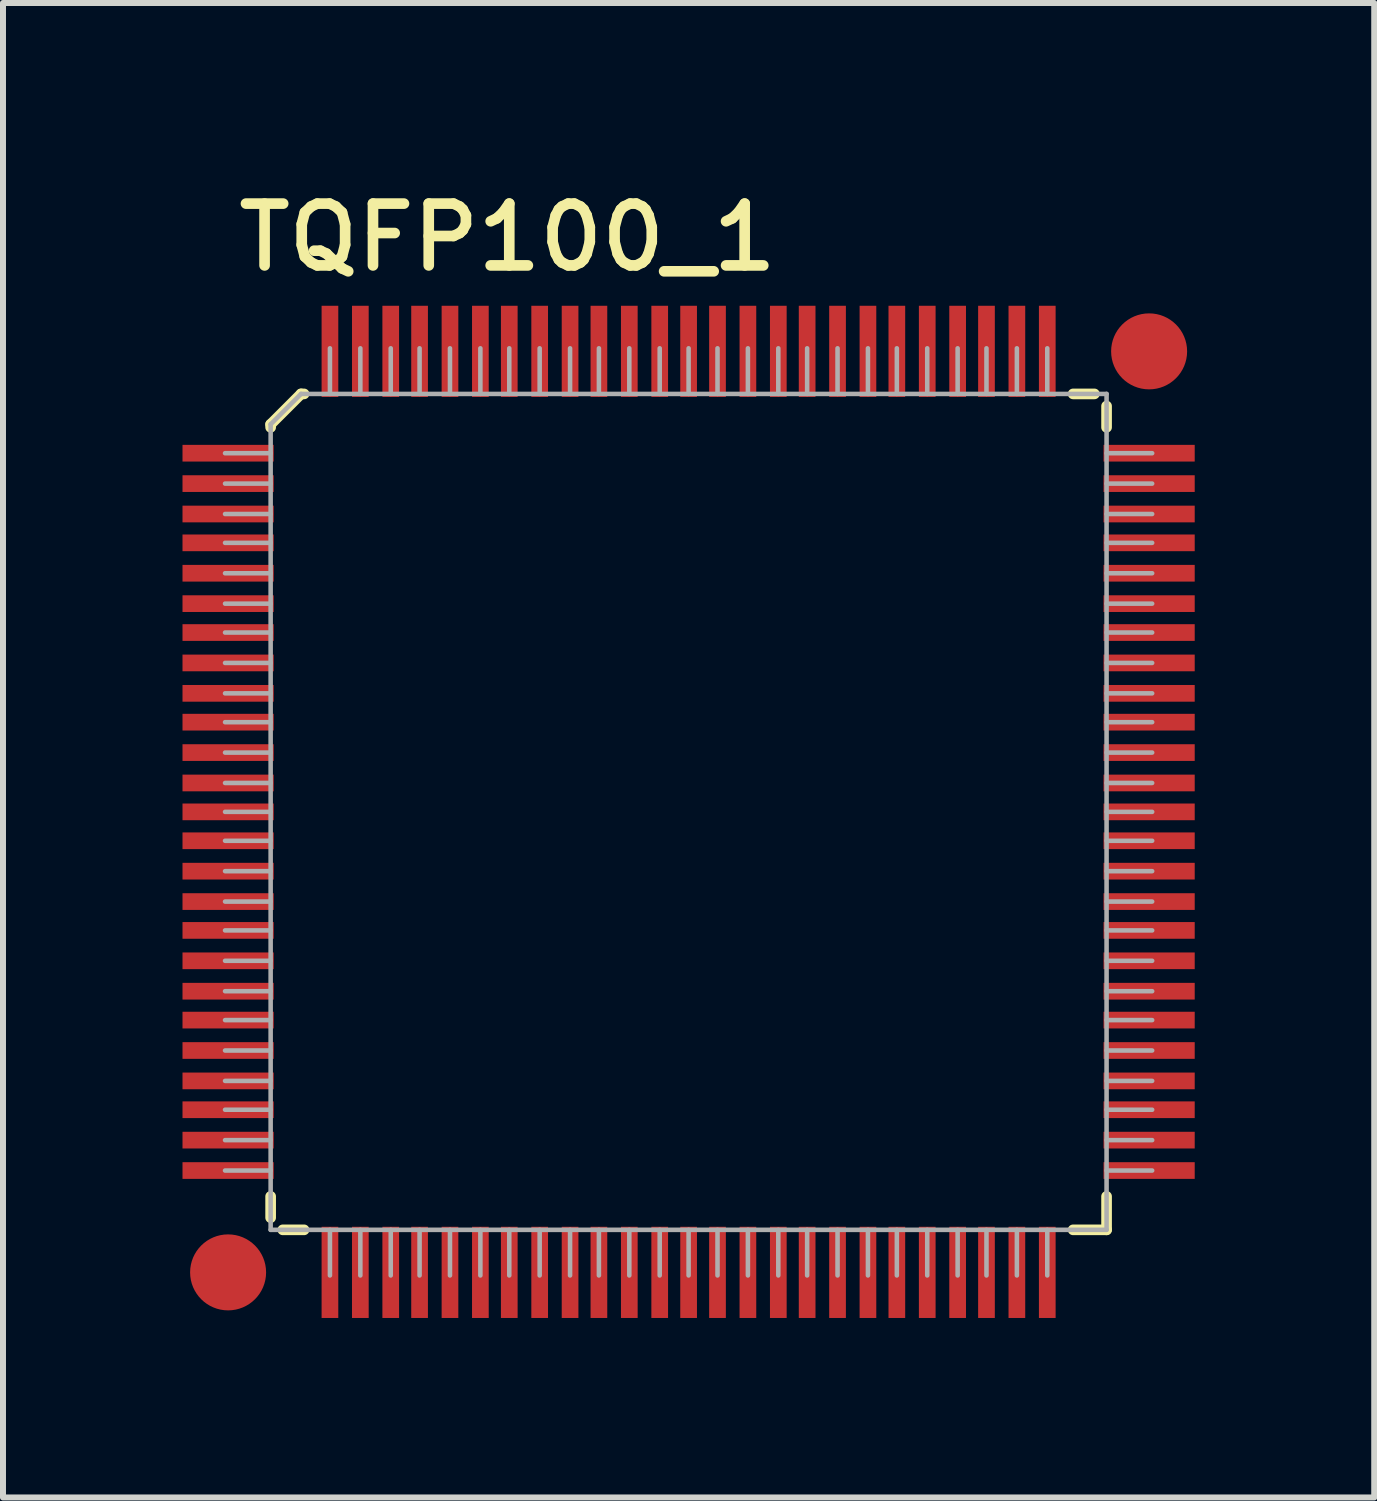
<source format=kicad_pcb>
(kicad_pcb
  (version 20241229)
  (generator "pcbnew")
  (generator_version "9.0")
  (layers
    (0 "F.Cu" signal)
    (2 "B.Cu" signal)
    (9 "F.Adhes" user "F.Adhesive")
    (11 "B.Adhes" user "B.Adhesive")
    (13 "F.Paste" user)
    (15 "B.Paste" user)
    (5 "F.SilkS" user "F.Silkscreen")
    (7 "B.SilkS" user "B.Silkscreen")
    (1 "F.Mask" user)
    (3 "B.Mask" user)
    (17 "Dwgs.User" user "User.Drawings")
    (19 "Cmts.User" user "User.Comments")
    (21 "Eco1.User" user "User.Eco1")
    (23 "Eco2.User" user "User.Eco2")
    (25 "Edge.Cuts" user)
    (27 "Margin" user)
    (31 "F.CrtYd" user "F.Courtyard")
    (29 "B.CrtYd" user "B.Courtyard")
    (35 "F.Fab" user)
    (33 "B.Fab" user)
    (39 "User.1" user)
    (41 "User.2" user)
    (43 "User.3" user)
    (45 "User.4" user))
  (footprint "TQFP100_1"
    (layer "F.Cu")
    (at 8.458 10.518)
    (property "Reference" "TQFP100_1" (at -3.023 -9.601 0) (unlocked yes) (layer "F.SilkS") (effects (font (size 1.033 1.087) (thickness 0.178))))
    (attr smd)
    (fp_line (start -6.985 -6.477) (end -6.477 -6.985) (stroke (width 0.178) (type solid)) (layer "F.SilkS"))
    (fp_line (start -6.985 -6.426) (end -6.985 -6.477) (stroke (width 0.178) (type solid)) (layer "F.SilkS"))
    (fp_line (start -6.985 6.782) (end -6.985 6.426) (stroke (width 0.178) (type solid)) (layer "F.SilkS"))
    (fp_line (start -6.782 6.985) (end -6.426 6.985) (stroke (width 0.178) (type solid)) (layer "F.SilkS"))
    (fp_line (start -6.477 -6.985) (end -6.426 -6.985) (stroke (width 0.178) (type solid)) (layer "F.SilkS"))
    (fp_line (start 6.426 -6.985) (end 6.782 -6.985) (stroke (width 0.178) (type solid)) (layer "F.SilkS"))
    (fp_line (start 6.426 6.985) (end 6.985 6.985) (stroke (width 0.178) (type solid)) (layer "F.SilkS"))
    (fp_line (start 6.985 -6.426) (end 6.985 -6.782) (stroke (width 0.178) (type solid)) (layer "F.SilkS"))
    (fp_line (start 6.985 6.985) (end 6.985 6.426) (stroke (width 0.178) (type solid)) (layer "F.SilkS"))
    (fp_line (start -7.747 -5.994) (end -6.985 -5.994) (stroke (width 0.076) (type solid)) (layer "F.Fab"))
    (fp_line (start -7.747 -5.486) (end -6.985 -5.486) (stroke (width 0.076) (type solid)) (layer "F.Fab"))
    (fp_line (start -7.747 -4.978) (end -6.985 -4.978) (stroke (width 0.076) (type solid)) (layer "F.Fab"))
    (fp_line (start -7.747 -4.496) (end -6.985 -4.496) (stroke (width 0.076) (type solid)) (layer "F.Fab"))
    (fp_line (start -7.747 -3.988) (end -6.985 -3.988) (stroke (width 0.076) (type solid)) (layer "F.Fab"))
    (fp_line (start -7.747 -3.48) (end -6.985 -3.48) (stroke (width 0.076) (type solid)) (layer "F.Fab"))
    (fp_line (start -7.747 -2.997) (end -6.985 -2.997) (stroke (width 0.076) (type solid)) (layer "F.Fab"))
    (fp_line (start -7.747 -2.489) (end -6.985 -2.489) (stroke (width 0.076) (type solid)) (layer "F.Fab"))
    (fp_line (start -7.747 -1.981) (end -6.985 -1.981) (stroke (width 0.076) (type solid)) (layer "F.Fab"))
    (fp_line (start -7.747 -1.499) (end -6.985 -1.499) (stroke (width 0.076) (type solid)) (layer "F.Fab"))
    (fp_line (start -7.747 -0.991) (end -6.985 -0.991) (stroke (width 0.076) (type solid)) (layer "F.Fab"))
    (fp_line (start -7.747 -0.483) (end -6.985 -0.483) (stroke (width 0.076) (type solid)) (layer "F.Fab"))
    (fp_line (start -7.747 0) (end -6.985 0) (stroke (width 0.076) (type solid)) (layer "F.Fab"))
    (fp_line (start -7.747 0.483) (end -6.985 0.483) (stroke (width 0.076) (type solid)) (layer "F.Fab"))
    (fp_line (start -7.747 0.991) (end -6.985 0.991) (stroke (width 0.076) (type solid)) (layer "F.Fab"))
    (fp_line (start -7.747 1.499) (end -6.985 1.499) (stroke (width 0.076) (type solid)) (layer "F.Fab"))
    (fp_line (start -7.747 1.981) (end -6.985 1.981) (stroke (width 0.076) (type solid)) (layer "F.Fab"))
    (fp_line (start -7.747 2.489) (end -6.985 2.489) (stroke (width 0.076) (type solid)) (layer "F.Fab"))
    (fp_line (start -7.747 2.997) (end -6.985 2.997) (stroke (width 0.076) (type solid)) (layer "F.Fab"))
    (fp_line (start -7.747 3.48) (end -6.985 3.48) (stroke (width 0.076) (type solid)) (layer "F.Fab"))
    (fp_line (start -7.747 3.988) (end -6.985 3.988) (stroke (width 0.076) (type solid)) (layer "F.Fab"))
    (fp_line (start -7.747 4.496) (end -6.985 4.496) (stroke (width 0.076) (type solid)) (layer "F.Fab"))
    (fp_line (start -7.747 4.978) (end -6.985 4.978) (stroke (width 0.076) (type solid)) (layer "F.Fab"))
    (fp_line (start -7.747 5.486) (end -6.985 5.486) (stroke (width 0.076) (type solid)) (layer "F.Fab"))
    (fp_line (start -7.747 5.994) (end -6.985 5.994) (stroke (width 0.076) (type solid)) (layer "F.Fab"))
    (fp_line (start -6.985 -6.477) (end -6.477 -6.985) (stroke (width 0.076) (type solid)) (layer "F.Fab"))
    (fp_line (start -6.985 6.985) (end -6.985 -6.477) (stroke (width 0.076) (type solid)) (layer "F.Fab"))
    (fp_line (start -6.985 6.985) (end 6.985 6.985) (stroke (width 0.076) (type solid)) (layer "F.Fab"))
    (fp_line (start -6.477 -6.985) (end 6.985 -6.985) (stroke (width 0.076) (type solid)) (layer "F.Fab"))
    (fp_line (start -5.994 -6.985) (end -5.994 -7.747) (stroke (width 0.076) (type solid)) (layer "F.Fab"))
    (fp_line (start -5.994 7.747) (end -5.994 6.985) (stroke (width 0.076) (type solid)) (layer "F.Fab"))
    (fp_line (start -5.486 -6.985) (end -5.486 -7.747) (stroke (width 0.076) (type solid)) (layer "F.Fab"))
    (fp_line (start -5.486 7.747) (end -5.486 6.985) (stroke (width 0.076) (type solid)) (layer "F.Fab"))
    (fp_line (start -4.978 -6.985) (end -4.978 -7.747) (stroke (width 0.076) (type solid)) (layer "F.Fab"))
    (fp_line (start -4.978 7.747) (end -4.978 6.985) (stroke (width 0.076) (type solid)) (layer "F.Fab"))
    (fp_line (start -4.496 -6.985) (end -4.496 -7.747) (stroke (width 0.076) (type solid)) (layer "F.Fab"))
    (fp_line (start -4.496 7.747) (end -4.496 6.985) (stroke (width 0.076) (type solid)) (layer "F.Fab"))
    (fp_line (start -3.988 -6.985) (end -3.988 -7.747) (stroke (width 0.076) (type solid)) (layer "F.Fab"))
    (fp_line (start -3.988 7.747) (end -3.988 6.985) (stroke (width 0.076) (type solid)) (layer "F.Fab"))
    (fp_line (start -3.48 -6.985) (end -3.48 -7.747) (stroke (width 0.076) (type solid)) (layer "F.Fab"))
    (fp_line (start -3.48 7.747) (end -3.48 6.985) (stroke (width 0.076) (type solid)) (layer "F.Fab"))
    (fp_line (start -2.997 -6.985) (end -2.997 -7.747) (stroke (width 0.076) (type solid)) (layer "F.Fab"))
    (fp_line (start -2.997 7.747) (end -2.997 6.985) (stroke (width 0.076) (type solid)) (layer "F.Fab"))
    (fp_line (start -2.489 -6.985) (end -2.489 -7.747) (stroke (width 0.076) (type solid)) (layer "F.Fab"))
    (fp_line (start -2.489 7.747) (end -2.489 6.985) (stroke (width 0.076) (type solid)) (layer "F.Fab"))
    (fp_line (start -1.981 -6.985) (end -1.981 -7.747) (stroke (width 0.076) (type solid)) (layer "F.Fab"))
    (fp_line (start -1.981 7.747) (end -1.981 6.985) (stroke (width 0.076) (type solid)) (layer "F.Fab"))
    (fp_line (start -1.499 -6.985) (end -1.499 -7.747) (stroke (width 0.076) (type solid)) (layer "F.Fab"))
    (fp_line (start -1.499 7.747) (end -1.499 6.985) (stroke (width 0.076) (type solid)) (layer "F.Fab"))
    (fp_line (start -0.991 -6.985) (end -0.991 -7.747) (stroke (width 0.076) (type solid)) (layer "F.Fab"))
    (fp_line (start -0.991 7.747) (end -0.991 6.985) (stroke (width 0.076) (type solid)) (layer "F.Fab"))
    (fp_line (start -0.483 -6.985) (end -0.483 -7.747) (stroke (width 0.076) (type solid)) (layer "F.Fab"))
    (fp_line (start -0.483 7.747) (end -0.483 6.985) (stroke (width 0.076) (type solid)) (layer "F.Fab"))
    (fp_line (start 0 -6.985) (end 0 -7.747) (stroke (width 0.076) (type solid)) (layer "F.Fab"))
    (fp_line (start 0 7.747) (end 0 6.985) (stroke (width 0.076) (type solid)) (layer "F.Fab"))
    (fp_line (start 0.483 -6.985) (end 0.483 -7.747) (stroke (width 0.076) (type solid)) (layer "F.Fab"))
    (fp_line (start 0.483 7.747) (end 0.483 6.985) (stroke (width 0.076) (type solid)) (layer "F.Fab"))
    (fp_line (start 0.991 -6.985) (end 0.991 -7.747) (stroke (width 0.076) (type solid)) (layer "F.Fab"))
    (fp_line (start 0.991 7.747) (end 0.991 6.985) (stroke (width 0.076) (type solid)) (layer "F.Fab"))
    (fp_line (start 1.499 -6.985) (end 1.499 -7.747) (stroke (width 0.076) (type solid)) (layer "F.Fab"))
    (fp_line (start 1.499 7.747) (end 1.499 6.985) (stroke (width 0.076) (type solid)) (layer "F.Fab"))
    (fp_line (start 1.981 -6.985) (end 1.981 -7.747) (stroke (width 0.076) (type solid)) (layer "F.Fab"))
    (fp_line (start 1.981 7.747) (end 1.981 6.985) (stroke (width 0.076) (type solid)) (layer "F.Fab"))
    (fp_line (start 2.489 -6.985) (end 2.489 -7.747) (stroke (width 0.076) (type solid)) (layer "F.Fab"))
    (fp_line (start 2.489 7.747) (end 2.489 6.985) (stroke (width 0.076) (type solid)) (layer "F.Fab"))
    (fp_line (start 2.997 -6.985) (end 2.997 -7.747) (stroke (width 0.076) (type solid)) (layer "F.Fab"))
    (fp_line (start 2.997 7.747) (end 2.997 6.985) (stroke (width 0.076) (type solid)) (layer "F.Fab"))
    (fp_line (start 3.48 -6.985) (end 3.48 -7.747) (stroke (width 0.076) (type solid)) (layer "F.Fab"))
    (fp_line (start 3.48 7.747) (end 3.48 6.985) (stroke (width 0.076) (type solid)) (layer "F.Fab"))
    (fp_line (start 3.988 -6.985) (end 3.988 -7.747) (stroke (width 0.076) (type solid)) (layer "F.Fab"))
    (fp_line (start 3.988 7.747) (end 3.988 6.985) (stroke (width 0.076) (type solid)) (layer "F.Fab"))
    (fp_line (start 4.496 -6.985) (end 4.496 -7.747) (stroke (width 0.076) (type solid)) (layer "F.Fab"))
    (fp_line (start 4.496 7.747) (end 4.496 6.985) (stroke (width 0.076) (type solid)) (layer "F.Fab"))
    (fp_line (start 4.978 -6.985) (end 4.978 -7.747) (stroke (width 0.076) (type solid)) (layer "F.Fab"))
    (fp_line (start 4.978 7.747) (end 4.978 6.985) (stroke (width 0.076) (type solid)) (layer "F.Fab"))
    (fp_line (start 5.486 -6.985) (end 5.486 -7.747) (stroke (width 0.076) (type solid)) (layer "F.Fab"))
    (fp_line (start 5.486 7.747) (end 5.486 6.985) (stroke (width 0.076) (type solid)) (layer "F.Fab"))
    (fp_line (start 5.994 -6.985) (end 5.994 -7.747) (stroke (width 0.076) (type solid)) (layer "F.Fab"))
    (fp_line (start 5.994 7.747) (end 5.994 6.985) (stroke (width 0.076) (type solid)) (layer "F.Fab"))
    (fp_line (start 6.985 -5.994) (end 7.747 -5.994) (stroke (width 0.076) (type solid)) (layer "F.Fab"))
    (fp_line (start 6.985 -5.486) (end 7.747 -5.486) (stroke (width 0.076) (type solid)) (layer "F.Fab"))
    (fp_line (start 6.985 -4.978) (end 7.747 -4.978) (stroke (width 0.076) (type solid)) (layer "F.Fab"))
    (fp_line (start 6.985 -4.496) (end 7.747 -4.496) (stroke (width 0.076) (type solid)) (layer "F.Fab"))
    (fp_line (start 6.985 -3.988) (end 7.747 -3.988) (stroke (width 0.076) (type solid)) (layer "F.Fab"))
    (fp_line (start 6.985 -3.48) (end 7.747 -3.48) (stroke (width 0.076) (type solid)) (layer "F.Fab"))
    (fp_line (start 6.985 -2.997) (end 7.747 -2.997) (stroke (width 0.076) (type solid)) (layer "F.Fab"))
    (fp_line (start 6.985 -2.489) (end 7.747 -2.489) (stroke (width 0.076) (type solid)) (layer "F.Fab"))
    (fp_line (start 6.985 -1.981) (end 7.747 -1.981) (stroke (width 0.076) (type solid)) (layer "F.Fab"))
    (fp_line (start 6.985 -1.499) (end 7.747 -1.499) (stroke (width 0.076) (type solid)) (layer "F.Fab"))
    (fp_line (start 6.985 -0.991) (end 7.747 -0.991) (stroke (width 0.076) (type solid)) (layer "F.Fab"))
    (fp_line (start 6.985 -0.483) (end 7.747 -0.483) (stroke (width 0.076) (type solid)) (layer "F.Fab"))
    (fp_line (start 6.985 0) (end 7.747 0) (stroke (width 0.076) (type solid)) (layer "F.Fab"))
    (fp_line (start 6.985 0.483) (end 7.747 0.483) (stroke (width 0.076) (type solid)) (layer "F.Fab"))
    (fp_line (start 6.985 0.991) (end 7.747 0.991) (stroke (width 0.076) (type solid)) (layer "F.Fab"))
    (fp_line (start 6.985 1.499) (end 7.747 1.499) (stroke (width 0.076) (type solid)) (layer "F.Fab"))
    (fp_line (start 6.985 1.981) (end 7.747 1.981) (stroke (width 0.076) (type solid)) (layer "F.Fab"))
    (fp_line (start 6.985 2.489) (end 7.747 2.489) (stroke (width 0.076) (type solid)) (layer "F.Fab"))
    (fp_line (start 6.985 2.997) (end 7.747 2.997) (stroke (width 0.076) (type solid)) (layer "F.Fab"))
    (fp_line (start 6.985 3.48) (end 7.747 3.48) (stroke (width 0.076) (type solid)) (layer "F.Fab"))
    (fp_line (start 6.985 3.988) (end 7.747 3.988) (stroke (width 0.076) (type solid)) (layer "F.Fab"))
    (fp_line (start 6.985 4.496) (end 7.747 4.496) (stroke (width 0.076) (type solid)) (layer "F.Fab"))
    (fp_line (start 6.985 4.978) (end 7.747 4.978) (stroke (width 0.076) (type solid)) (layer "F.Fab"))
    (fp_line (start 6.985 5.486) (end 7.747 5.486) (stroke (width 0.076) (type solid)) (layer "F.Fab"))
    (fp_line (start 6.985 5.994) (end 7.747 5.994) (stroke (width 0.076) (type solid)) (layer "F.Fab"))
    (fp_line (start 6.985 6.985) (end 6.985 -6.985) (stroke (width 0.076) (type solid)) (layer "F.Fab"))
    (pad "1" smd rect (at -7.696 -5.994) (size 1.524 0.279) (layers "F.Cu" "F.Mask" "F.Paste"))
    (pad "2" smd rect (at -7.696 -5.486) (size 1.524 0.279) (layers "F.Cu" "F.Mask" "F.Paste"))
    (pad "3" smd rect (at -7.696 -4.978) (size 1.524 0.279) (layers "F.Cu" "F.Mask" "F.Paste"))
    (pad "4" smd rect (at -7.696 -4.496) (size 1.524 0.279) (layers "F.Cu" "F.Mask" "F.Paste"))
    (pad "5" smd rect (at -7.696 -3.988) (size 1.524 0.279) (layers "F.Cu" "F.Mask" "F.Paste"))
    (pad "6" smd rect (at -7.696 -3.48) (size 1.524 0.279) (layers "F.Cu" "F.Mask" "F.Paste"))
    (pad "7" smd rect (at -7.696 -2.997) (size 1.524 0.279) (layers "F.Cu" "F.Mask" "F.Paste"))
    (pad "8" smd rect (at -7.696 -2.489) (size 1.524 0.279) (layers "F.Cu" "F.Mask" "F.Paste"))
    (pad "9" smd rect (at -7.696 -1.981) (size 1.524 0.279) (layers "F.Cu" "F.Mask" "F.Paste"))
    (pad "10" smd rect (at -7.696 -1.499) (size 1.524 0.279) (layers "F.Cu" "F.Mask" "F.Paste"))
    (pad "11" smd rect (at -7.696 -0.991) (size 1.524 0.279) (layers "F.Cu" "F.Mask" "F.Paste"))
    (pad "12" smd rect (at -7.696 -0.483) (size 1.524 0.279) (layers "F.Cu" "F.Mask" "F.Paste"))
    (pad "13" smd rect (at -7.696 0) (size 1.524 0.279) (layers "F.Cu" "F.Mask" "F.Paste"))
    (pad "14" smd rect (at -7.696 0.483) (size 1.524 0.279) (layers "F.Cu" "F.Mask" "F.Paste"))
    (pad "15" smd rect (at -7.696 0.991) (size 1.524 0.279) (layers "F.Cu" "F.Mask" "F.Paste"))
    (pad "16" smd rect (at -7.696 1.499) (size 1.524 0.279) (layers "F.Cu" "F.Mask" "F.Paste"))
    (pad "17" smd rect (at -7.696 1.981) (size 1.524 0.279) (layers "F.Cu" "F.Mask" "F.Paste"))
    (pad "18" smd rect (at -7.696 2.489) (size 1.524 0.279) (layers "F.Cu" "F.Mask" "F.Paste"))
    (pad "19" smd rect (at -7.696 2.997) (size 1.524 0.279) (layers "F.Cu" "F.Mask" "F.Paste"))
    (pad "20" smd rect (at -7.696 3.48) (size 1.524 0.279) (layers "F.Cu" "F.Mask" "F.Paste"))
    (pad "21" smd rect (at -7.696 3.988) (size 1.524 0.279) (layers "F.Cu" "F.Mask" "F.Paste"))
    (pad "22" smd rect (at -7.696 4.496) (size 1.524 0.279) (layers "F.Cu" "F.Mask" "F.Paste"))
    (pad "23" smd rect (at -7.696 4.978) (size 1.524 0.279) (layers "F.Cu" "F.Mask" "F.Paste"))
    (pad "24" smd rect (at -7.696 5.486) (size 1.524 0.279) (layers "F.Cu" "F.Mask" "F.Paste"))
    (pad "25" smd rect (at -7.696 5.994) (size 1.524 0.279) (layers "F.Cu" "F.Mask" "F.Paste"))
    (pad "26" smd rect (at -5.994 7.696 90) (size 1.524 0.279) (layers "F.Cu" "F.Mask" "F.Paste"))
    (pad "27" smd rect (at -5.486 7.696 90) (size 1.524 0.279) (layers "F.Cu" "F.Mask" "F.Paste"))
    (pad "28" smd rect (at -4.978 7.696 90) (size 1.524 0.279) (layers "F.Cu" "F.Mask" "F.Paste"))
    (pad "29" smd rect (at -4.496 7.696 90) (size 1.524 0.279) (layers "F.Cu" "F.Mask" "F.Paste"))
    (pad "30" smd rect (at -3.988 7.696 90) (size 1.524 0.279) (layers "F.Cu" "F.Mask" "F.Paste"))
    (pad "31" smd rect (at -3.48 7.696 90) (size 1.524 0.279) (layers "F.Cu" "F.Mask" "F.Paste"))
    (pad "32" smd rect (at -2.997 7.696 90) (size 1.524 0.279) (layers "F.Cu" "F.Mask" "F.Paste"))
    (pad "33" smd rect (at -2.489 7.696 90) (size 1.524 0.279) (layers "F.Cu" "F.Mask" "F.Paste"))
    (pad "34" smd rect (at -1.981 7.696 90) (size 1.524 0.279) (layers "F.Cu" "F.Mask" "F.Paste"))
    (pad "35" smd rect (at -1.499 7.696 90) (size 1.524 0.279) (layers "F.Cu" "F.Mask" "F.Paste"))
    (pad "36" smd rect (at -0.991 7.696 90) (size 1.524 0.279) (layers "F.Cu" "F.Mask" "F.Paste"))
    (pad "37" smd rect (at -0.483 7.696 90) (size 1.524 0.279) (layers "F.Cu" "F.Mask" "F.Paste"))
    (pad "38" smd rect (at 0 7.696 90) (size 1.524 0.279) (layers "F.Cu" "F.Mask" "F.Paste"))
    (pad "39" smd rect (at 0.483 7.696 90) (size 1.524 0.279) (layers "F.Cu" "F.Mask" "F.Paste"))
    (pad "40" smd rect (at 0.991 7.696 90) (size 1.524 0.279) (layers "F.Cu" "F.Mask" "F.Paste"))
    (pad "41" smd rect (at 1.499 7.696 90) (size 1.524 0.279) (layers "F.Cu" "F.Mask" "F.Paste"))
    (pad "42" smd rect (at 1.981 7.696 90) (size 1.524 0.279) (layers "F.Cu" "F.Mask" "F.Paste"))
    (pad "43" smd rect (at 2.489 7.696 90) (size 1.524 0.279) (layers "F.Cu" "F.Mask" "F.Paste"))
    (pad "44" smd rect (at 2.997 7.696 90) (size 1.524 0.279) (layers "F.Cu" "F.Mask" "F.Paste"))
    (pad "45" smd rect (at 3.48 7.696 90) (size 1.524 0.279) (layers "F.Cu" "F.Mask" "F.Paste"))
    (pad "46" smd rect (at 3.988 7.696 90) (size 1.524 0.279) (layers "F.Cu" "F.Mask" "F.Paste"))
    (pad "47" smd rect (at 4.496 7.696 90) (size 1.524 0.279) (layers "F.Cu" "F.Mask" "F.Paste"))
    (pad "48" smd rect (at 4.978 7.696 90) (size 1.524 0.279) (layers "F.Cu" "F.Mask" "F.Paste"))
    (pad "49" smd rect (at 5.486 7.696 90) (size 1.524 0.279) (layers "F.Cu" "F.Mask" "F.Paste"))
    (pad "50" smd rect (at 5.994 7.696 90) (size 1.524 0.279) (layers "F.Cu" "F.Mask" "F.Paste"))
    (pad "51" smd rect (at 7.696 5.994) (size 1.524 0.279) (layers "F.Cu" "F.Mask" "F.Paste"))
    (pad "52" smd rect (at 7.696 5.486) (size 1.524 0.279) (layers "F.Cu" "F.Mask" "F.Paste"))
    (pad "53" smd rect (at 7.696 4.978) (size 1.524 0.279) (layers "F.Cu" "F.Mask" "F.Paste"))
    (pad "54" smd rect (at 7.696 4.496) (size 1.524 0.279) (layers "F.Cu" "F.Mask" "F.Paste"))
    (pad "55" smd rect (at 7.696 3.988) (size 1.524 0.279) (layers "F.Cu" "F.Mask" "F.Paste"))
    (pad "56" smd rect (at 7.696 3.48) (size 1.524 0.279) (layers "F.Cu" "F.Mask" "F.Paste"))
    (pad "57" smd rect (at 7.696 2.997) (size 1.524 0.279) (layers "F.Cu" "F.Mask" "F.Paste"))
    (pad "58" smd rect (at 7.696 2.489) (size 1.524 0.279) (layers "F.Cu" "F.Mask" "F.Paste"))
    (pad "59" smd rect (at 7.696 1.981) (size 1.524 0.279) (layers "F.Cu" "F.Mask" "F.Paste"))
    (pad "60" smd rect (at 7.696 1.499) (size 1.524 0.279) (layers "F.Cu" "F.Mask" "F.Paste"))
    (pad "61" smd rect (at 7.696 0.991) (size 1.524 0.279) (layers "F.Cu" "F.Mask" "F.Paste"))
    (pad "62" smd rect (at 7.696 0.483) (size 1.524 0.279) (layers "F.Cu" "F.Mask" "F.Paste"))
    (pad "63" smd rect (at 7.696 0) (size 1.524 0.279) (layers "F.Cu" "F.Mask" "F.Paste"))
    (pad "64" smd rect (at 7.696 -0.483) (size 1.524 0.279) (layers "F.Cu" "F.Mask" "F.Paste"))
    (pad "65" smd rect (at 7.696 -0.991) (size 1.524 0.279) (layers "F.Cu" "F.Mask" "F.Paste"))
    (pad "66" smd rect (at 7.696 -1.499) (size 1.524 0.279) (layers "F.Cu" "F.Mask" "F.Paste"))
    (pad "67" smd rect (at 7.696 -1.981) (size 1.524 0.279) (layers "F.Cu" "F.Mask" "F.Paste"))
    (pad "68" smd rect (at 7.696 -2.489) (size 1.524 0.279) (layers "F.Cu" "F.Mask" "F.Paste"))
    (pad "69" smd rect (at 7.696 -2.997) (size 1.524 0.279) (layers "F.Cu" "F.Mask" "F.Paste"))
    (pad "70" smd rect (at 7.696 -3.48) (size 1.524 0.279) (layers "F.Cu" "F.Mask" "F.Paste"))
    (pad "71" smd rect (at 7.696 -3.988) (size 1.524 0.279) (layers "F.Cu" "F.Mask" "F.Paste"))
    (pad "72" smd rect (at 7.696 -4.496) (size 1.524 0.279) (layers "F.Cu" "F.Mask" "F.Paste"))
    (pad "73" smd rect (at 7.696 -4.978) (size 1.524 0.279) (layers "F.Cu" "F.Mask" "F.Paste"))
    (pad "74" smd rect (at 7.696 -5.486) (size 1.524 0.279) (layers "F.Cu" "F.Mask" "F.Paste"))
    (pad "75" smd rect (at 7.696 -5.994) (size 1.524 0.279) (layers "F.Cu" "F.Mask" "F.Paste"))
    (pad "76" smd rect (at 5.994 -7.696 90) (size 1.524 0.279) (layers "F.Cu" "F.Mask" "F.Paste"))
    (pad "77" smd rect (at 5.486 -7.696 90) (size 1.524 0.279) (layers "F.Cu" "F.Mask" "F.Paste"))
    (pad "78" smd rect (at 4.978 -7.696 90) (size 1.524 0.279) (layers "F.Cu" "F.Mask" "F.Paste"))
    (pad "79" smd rect (at 4.496 -7.696 90) (size 1.524 0.279) (layers "F.Cu" "F.Mask" "F.Paste"))
    (pad "80" smd rect (at 3.988 -7.696 90) (size 1.524 0.279) (layers "F.Cu" "F.Mask" "F.Paste"))
    (pad "81" smd rect (at 3.48 -7.696 90) (size 1.524 0.279) (layers "F.Cu" "F.Mask" "F.Paste"))
    (pad "82" smd rect (at 2.997 -7.696 90) (size 1.524 0.279) (layers "F.Cu" "F.Mask" "F.Paste"))
    (pad "83" smd rect (at 2.489 -7.696 90) (size 1.524 0.279) (layers "F.Cu" "F.Mask" "F.Paste"))
    (pad "84" smd rect (at 1.981 -7.696 90) (size 1.524 0.279) (layers "F.Cu" "F.Mask" "F.Paste"))
    (pad "85" smd rect (at 1.499 -7.696 90) (size 1.524 0.279) (layers "F.Cu" "F.Mask" "F.Paste"))
    (pad "86" smd rect (at 0.991 -7.696 90) (size 1.524 0.279) (layers "F.Cu" "F.Mask" "F.Paste"))
    (pad "87" smd rect (at 0.483 -7.696 90) (size 1.524 0.279) (layers "F.Cu" "F.Mask" "F.Paste"))
    (pad "88" smd rect (at 0 -7.696 90) (size 1.524 0.279) (layers "F.Cu" "F.Mask" "F.Paste"))
    (pad "89" smd rect (at -0.483 -7.696 90) (size 1.524 0.279) (layers "F.Cu" "F.Mask" "F.Paste"))
    (pad "90" smd rect (at -0.991 -7.696 90) (size 1.524 0.279) (layers "F.Cu" "F.Mask" "F.Paste"))
    (pad "91" smd rect (at -1.499 -7.696 90) (size 1.524 0.279) (layers "F.Cu" "F.Mask" "F.Paste"))
    (pad "92" smd rect (at -1.981 -7.696 90) (size 1.524 0.279) (layers "F.Cu" "F.Mask" "F.Paste"))
    (pad "93" smd rect (at -2.489 -7.696 90) (size 1.524 0.279) (layers "F.Cu" "F.Mask" "F.Paste"))
    (pad "94" smd rect (at -2.997 -7.696 90) (size 1.524 0.279) (layers "F.Cu" "F.Mask" "F.Paste"))
    (pad "95" smd rect (at -3.48 -7.696 90) (size 1.524 0.279) (layers "F.Cu" "F.Mask" "F.Paste"))
    (pad "96" smd rect (at -3.988 -7.696 90) (size 1.524 0.279) (layers "F.Cu" "F.Mask" "F.Paste"))
    (pad "97" smd rect (at -4.496 -7.696 90) (size 1.524 0.279) (layers "F.Cu" "F.Mask" "F.Paste"))
    (pad "98" smd rect (at -4.978 -7.696 90) (size 1.524 0.279) (layers "F.Cu" "F.Mask" "F.Paste"))
    (pad "99" smd rect (at -5.486 -7.696 90) (size 1.524 0.279) (layers "F.Cu" "F.Mask" "F.Paste"))
    (pad "100" smd rect (at -5.994 -7.696 90) (size 1.524 0.279) (layers "F.Cu" "F.Mask" "F.Paste"))
    (pad "101" smd circle (at -7.696 7.696) (size 1.27 1.27) (layers "F.Cu" "F.Mask"))
    (pad "102" smd circle (at 7.696 -7.696) (size 1.27 1.27) (layers "F.Cu" "F.Mask")))
  (gr_rect
    (start -3 -3)
    (end 19.916 21.976)
    (stroke (width 0.1) (type default))
    (fill no)
    (layer "Edge.Cuts")))
</source>
